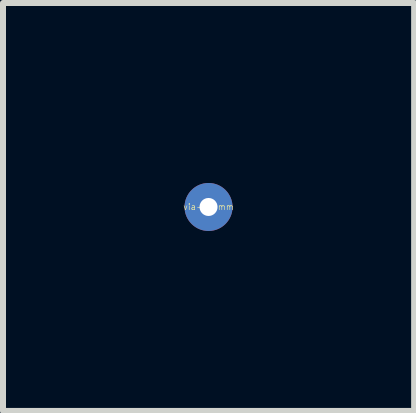
<source format=kicad_pcb>
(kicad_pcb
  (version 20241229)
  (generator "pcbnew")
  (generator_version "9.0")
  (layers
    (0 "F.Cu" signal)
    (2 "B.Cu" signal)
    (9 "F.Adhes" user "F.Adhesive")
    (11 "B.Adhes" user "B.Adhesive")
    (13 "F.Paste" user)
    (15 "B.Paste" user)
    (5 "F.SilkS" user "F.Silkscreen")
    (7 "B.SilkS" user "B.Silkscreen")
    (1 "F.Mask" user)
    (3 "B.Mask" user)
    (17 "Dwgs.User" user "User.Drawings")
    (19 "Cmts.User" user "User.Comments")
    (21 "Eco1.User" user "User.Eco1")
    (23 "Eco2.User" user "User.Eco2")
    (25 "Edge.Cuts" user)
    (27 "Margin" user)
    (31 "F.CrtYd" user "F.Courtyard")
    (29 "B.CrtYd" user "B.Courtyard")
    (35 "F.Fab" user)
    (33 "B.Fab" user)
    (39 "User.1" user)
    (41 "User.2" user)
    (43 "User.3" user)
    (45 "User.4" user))
  (footprint "via-0.6mm"
    (layer "F.Cu")
    (at 0.426 0.4)
    (property "Reference" "via-0.6mm" (at 0 0 0) (layer "F.SilkS") (effects (font (size 0.1 0.1) (thickness 0.01))))
    (attr through_hole)
    (pad "1" thru_hole circle (at 0 0) (size 0.8 0.8) (drill 0.3) (layers "*.Cu")))
  (gr_rect
    (start -3 -3)
    (end 3.853 3.8)
    (stroke (width 0.1) (type default))
    (fill no)
    (layer "Edge.Cuts")))
</source>
